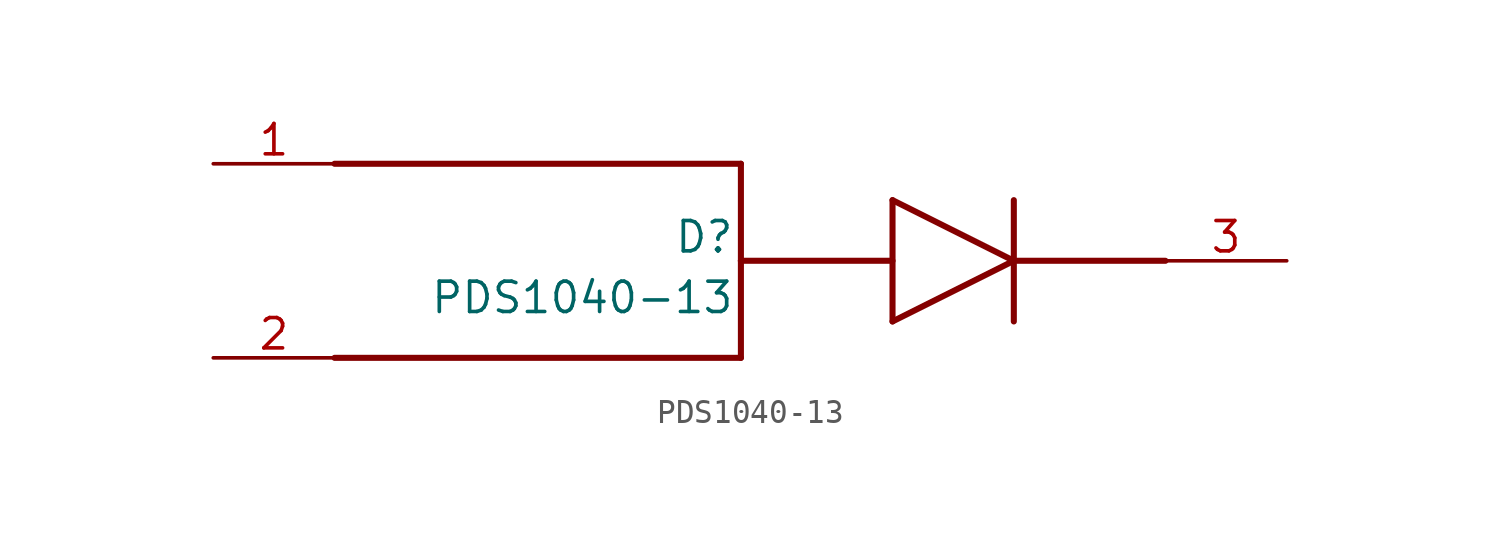
<source format=kicad_sym>
(kicad_symbol_lib
  (version 20241209)
  (generator "kicad_symbol_editor")
  (generator_version "9.0")
  (symbol "PDS1040-13"
    (pin_names
      (hide yes))
    (property "Reference" "D"
      (at 16.764 0.762 0)
      (effects (font (size 1.27 1.27)) (justify right bottom)))
    (property "Value" "PDS1040-13"
      (at 16.764 -1.778 0)
      (effects (font (size 1.27 1.27)) (justify right bottom)))
    (symbol "PDS1040-13_1_1"
      (polyline (pts (xy 0 4.572) (xy 17.018 4.572)) (stroke (width 0.254) (type default)) (fill (type none)))
      (polyline (pts (xy 0 -3.556) (xy 17.018 -3.556)) (stroke (width 0.254) (type default)) (fill (type none)))
      (polyline (pts (xy 17.018 0.508) (xy 17.018 4.572)) (stroke (width 0.254) (type default)) (fill (type none)))
      (polyline (pts (xy 17.018 0.508) (xy 17.018 -3.556)) (stroke (width 0.254) (type default)) (fill (type none)))
      (polyline (pts (xy 23.368 3.048) (xy 23.368 -2.032)) (stroke (width 0.254) (type default)) (fill (type none)))
      (polyline (pts (xy 23.368 3.048) (xy 28.448 0.508)) (stroke (width 0.254) (type default)) (fill (type none)))
      (polyline (pts (xy 23.368 0.508) (xy 17.018 0.508)) (stroke (width 0.254) (type default)) (fill (type none)))
      (polyline (pts (xy 28.448 3.048) (xy 28.448 -2.032)) (stroke (width 0.254) (type default)) (fill (type none)))
      (polyline (pts (xy 28.448 0.508) (xy 23.368 -2.032)) (stroke (width 0.254) (type default)) (fill (type none)))
      (polyline (pts (xy 34.798 0.508) (xy 28.448 0.508)) (stroke (width 0.254) (type default)) (fill (type none)))
      (pin passive line (at -5.08 4.572 0) (length 5.08) (name "A1" (effects (font (size 1.27 1.27)))) (number "1" (effects (font (size 1.27 1.27)))))
      (pin passive line (at -5.08 -3.556 0) (length 5.08) (name "A2" (effects (font (size 1.27 1.27)))) (number "2" (effects (font (size 1.27 1.27)))))
      (pin passive line (at 39.878 0.508 180) (length 5.08) (name "K" (effects (font (size 1.27 1.27)))) (number "3" (effects (font (size 1.27 1.27))))))))
</source>
